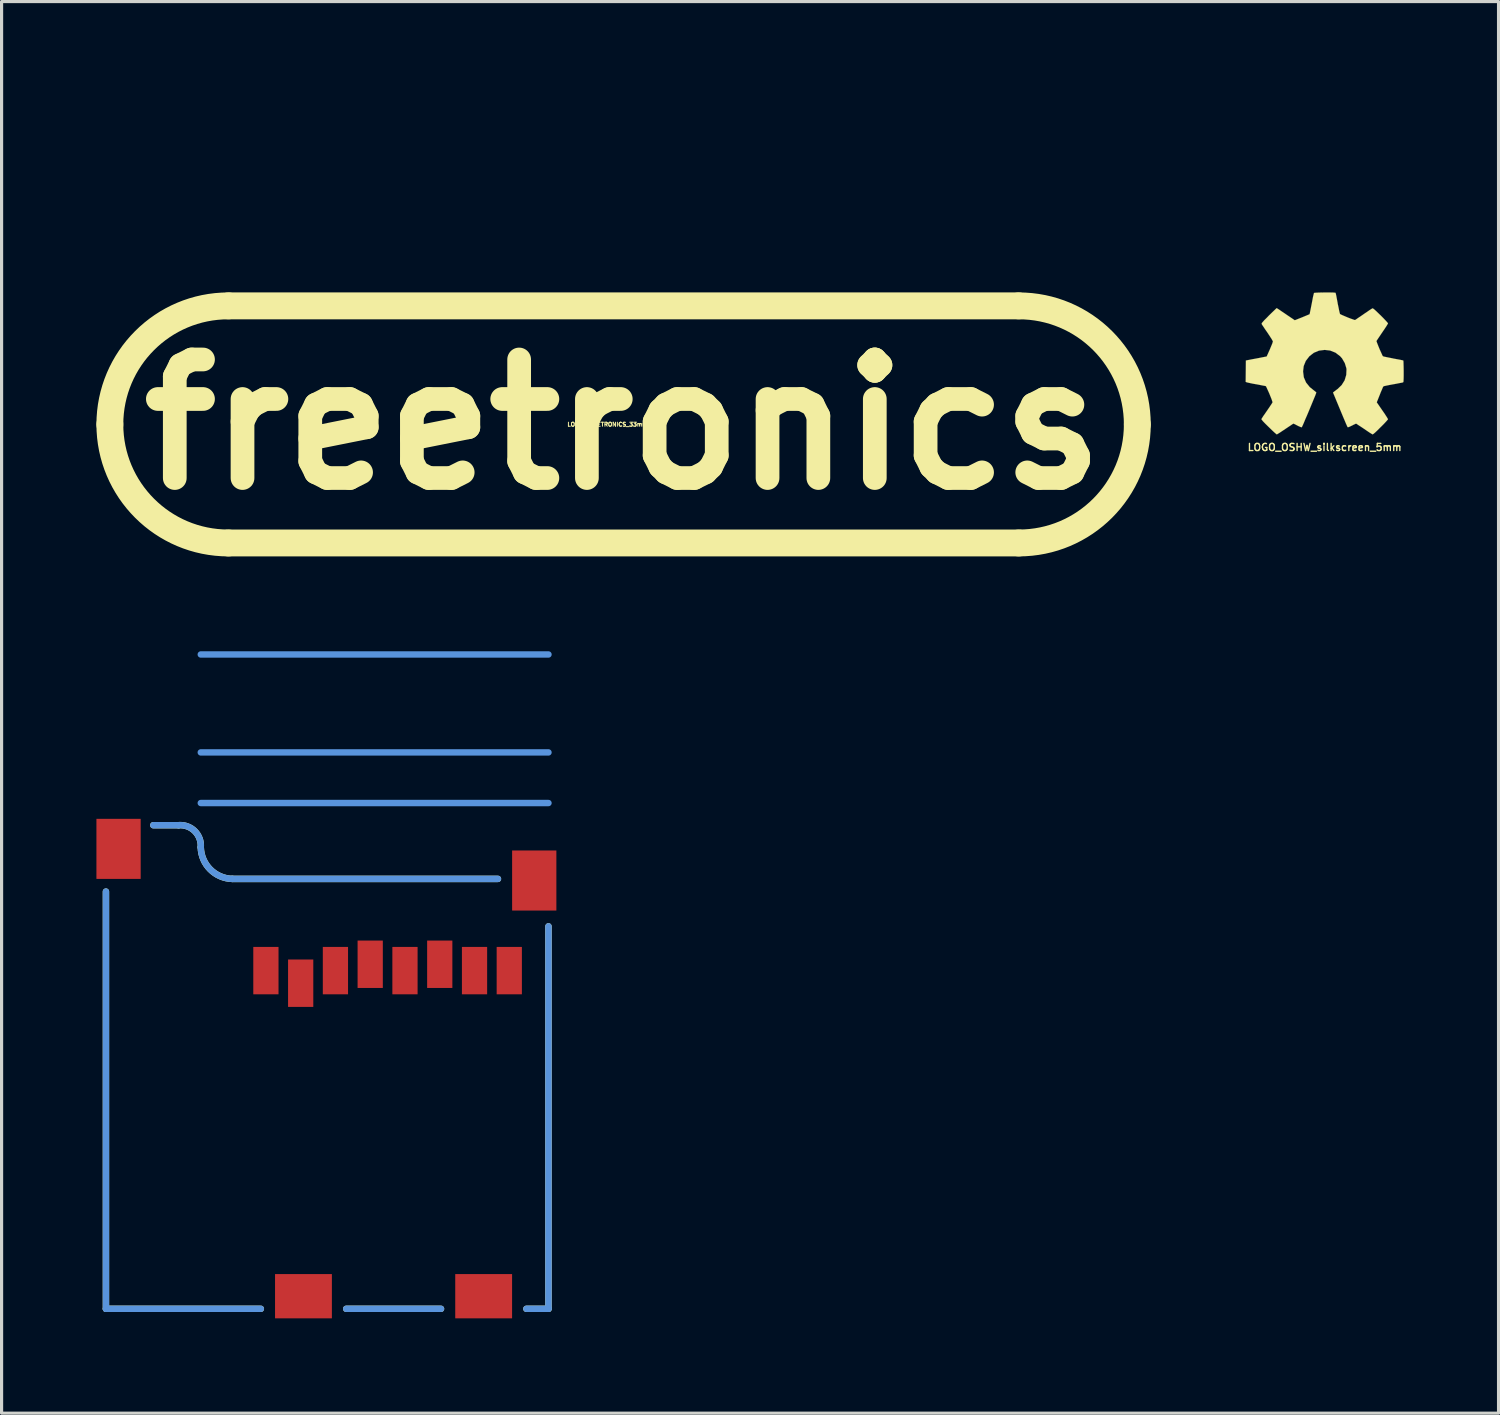
<source format=kicad_pcb>
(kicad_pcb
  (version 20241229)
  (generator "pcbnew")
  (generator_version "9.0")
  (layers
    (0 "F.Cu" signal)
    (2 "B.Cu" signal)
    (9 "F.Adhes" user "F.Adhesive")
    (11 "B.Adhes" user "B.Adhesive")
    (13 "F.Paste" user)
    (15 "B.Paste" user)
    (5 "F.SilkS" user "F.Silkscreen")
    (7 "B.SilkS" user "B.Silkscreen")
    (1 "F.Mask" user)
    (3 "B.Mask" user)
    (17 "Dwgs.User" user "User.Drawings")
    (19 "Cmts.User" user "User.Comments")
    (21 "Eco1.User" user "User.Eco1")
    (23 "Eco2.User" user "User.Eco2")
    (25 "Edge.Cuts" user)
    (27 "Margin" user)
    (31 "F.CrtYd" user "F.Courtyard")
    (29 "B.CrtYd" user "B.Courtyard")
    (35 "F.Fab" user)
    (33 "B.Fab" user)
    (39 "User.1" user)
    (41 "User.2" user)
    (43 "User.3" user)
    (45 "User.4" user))
  (footprint "LOGO_OSHW_silkscreen_5mm"
    (layer "F.Cu")
    (at 38.851 8.447)
    (property "Reference" "LOGO_OSHW_silkscreen_5mm" (at 0 2.652 0) (layer "F.SilkS") (effects (font (size 0.226 0.226) (thickness 0.043))))
    (attr through_hole)
    (fp_poly (pts (xy -1.514 2.245) (xy -1.488 2.23) (xy -1.43 2.195) (xy -1.346 2.139) (xy -1.247 2.073) (xy -1.148 2.007) (xy -1.067 1.953) (xy -1.011 1.915) (xy -0.986 1.902) (xy -0.973 1.908) (xy -0.927 1.93) (xy -0.859 1.966) (xy -0.818 1.986) (xy -0.757 2.012) (xy -0.724 2.019) (xy -0.719 2.009) (xy -0.696 1.961) (xy -0.66 1.88) (xy -0.615 1.77) (xy -0.559 1.643) (xy -0.503 1.509) (xy -0.445 1.369) (xy -0.389 1.234) (xy -0.34 1.115) (xy -0.3 1.019) (xy -0.274 0.95) (xy -0.264 0.922) (xy -0.267 0.914) (xy -0.3 0.884) (xy -0.353 0.843) (xy -0.472 0.747) (xy -0.589 0.602) (xy -0.66 0.437) (xy -0.683 0.251) (xy -0.663 0.081) (xy -0.597 -0.081) (xy -0.483 -0.229) (xy -0.343 -0.338) (xy -0.18 -0.406) (xy 0 -0.429) (xy 0.173 -0.409) (xy 0.34 -0.343) (xy 0.488 -0.231) (xy 0.551 -0.16) (xy 0.638 -0.01) (xy 0.686 0.147) (xy 0.691 0.188) (xy 0.683 0.363) (xy 0.632 0.533) (xy 0.538 0.683) (xy 0.409 0.808) (xy 0.394 0.818) (xy 0.335 0.864) (xy 0.295 0.894) (xy 0.264 0.919) (xy 0.488 1.458) (xy 0.523 1.542) (xy 0.584 1.689) (xy 0.638 1.816) (xy 0.681 1.918) (xy 0.711 1.984) (xy 0.724 2.012) (xy 0.724 2.014) (xy 0.744 2.017) (xy 0.785 2.002) (xy 0.861 1.966) (xy 0.909 1.941) (xy 0.968 1.913) (xy 0.993 1.902) (xy 1.016 1.915) (xy 1.069 1.951) (xy 1.151 2.004) (xy 1.247 2.068) (xy 1.339 2.131) (xy 1.422 2.187) (xy 1.483 2.225) (xy 1.514 2.243) (xy 1.519 2.243) (xy 1.544 2.228) (xy 1.593 2.187) (xy 1.666 2.118) (xy 1.77 2.014) (xy 1.786 1.999) (xy 1.872 1.913) (xy 1.941 1.839) (xy 1.986 1.788) (xy 2.004 1.765) (xy 1.989 1.735) (xy 1.951 1.674) (xy 1.895 1.587) (xy 1.826 1.488) (xy 1.648 1.229) (xy 1.745 0.986) (xy 1.775 0.909) (xy 1.814 0.82) (xy 1.841 0.754) (xy 1.857 0.726) (xy 1.882 0.716) (xy 1.951 0.701) (xy 2.047 0.681) (xy 2.162 0.66) (xy 2.273 0.64) (xy 2.372 0.62) (xy 2.443 0.607) (xy 2.477 0.599) (xy 2.484 0.594) (xy 2.492 0.579) (xy 2.494 0.546) (xy 2.497 0.485) (xy 2.499 0.391) (xy 2.499 0.251) (xy 2.499 0.236) (xy 2.497 0.107) (xy 2.494 0) (xy 2.492 -0.066) (xy 2.487 -0.094) (xy 2.456 -0.102) (xy 2.385 -0.117) (xy 2.286 -0.135) (xy 2.167 -0.157) (xy 2.159 -0.16) (xy 2.042 -0.183) (xy 1.943 -0.203) (xy 1.872 -0.218) (xy 1.844 -0.229) (xy 1.836 -0.236) (xy 1.814 -0.282) (xy 1.781 -0.356) (xy 1.74 -0.445) (xy 1.702 -0.538) (xy 1.669 -0.622) (xy 1.646 -0.683) (xy 1.638 -0.711) (xy 1.641 -0.714) (xy 1.659 -0.742) (xy 1.699 -0.803) (xy 1.755 -0.886) (xy 1.824 -0.988) (xy 1.829 -0.996) (xy 1.897 -1.095) (xy 1.953 -1.181) (xy 1.989 -1.24) (xy 2.004 -1.267) (xy 2.004 -1.27) (xy 1.981 -1.3) (xy 1.93 -1.356) (xy 1.857 -1.433) (xy 1.77 -1.521) (xy 1.742 -1.547) (xy 1.643 -1.643) (xy 1.577 -1.704) (xy 1.534 -1.737) (xy 1.514 -1.745) (xy 1.483 -1.727) (xy 1.42 -1.687) (xy 1.336 -1.628) (xy 1.234 -1.56) (xy 1.227 -1.554) (xy 1.128 -1.486) (xy 1.044 -1.43) (xy 0.986 -1.389) (xy 0.958 -1.374) (xy 0.955 -1.374) (xy 0.914 -1.387) (xy 0.843 -1.412) (xy 0.754 -1.445) (xy 0.663 -1.483) (xy 0.579 -1.519) (xy 0.516 -1.547) (xy 0.485 -1.565) (xy 0.475 -1.6) (xy 0.457 -1.676) (xy 0.437 -1.778) (xy 0.411 -1.9) (xy 0.409 -1.92) (xy 0.386 -2.04) (xy 0.368 -2.139) (xy 0.353 -2.207) (xy 0.345 -2.235) (xy 0.33 -2.238) (xy 0.272 -2.243) (xy 0.183 -2.245) (xy 0.074 -2.245) (xy -0.038 -2.245) (xy -0.147 -2.243) (xy -0.241 -2.24) (xy -0.31 -2.235) (xy -0.338 -2.23) (xy -0.338 -2.228) (xy -0.348 -2.189) (xy -0.366 -2.116) (xy -0.386 -2.012) (xy -0.409 -1.89) (xy -0.414 -1.867) (xy -0.437 -1.75) (xy -0.457 -1.651) (xy -0.47 -1.585) (xy -0.478 -1.557) (xy -0.49 -1.552) (xy -0.538 -1.532) (xy -0.617 -1.499) (xy -0.716 -1.458) (xy -0.945 -1.367) (xy -1.227 -1.557) (xy -1.252 -1.575) (xy -1.354 -1.643) (xy -1.435 -1.699) (xy -1.494 -1.737) (xy -1.516 -1.75) (xy -1.519 -1.75) (xy -1.547 -1.725) (xy -1.603 -1.671) (xy -1.679 -1.598) (xy -1.768 -1.511) (xy -1.831 -1.445) (xy -1.91 -1.367) (xy -1.958 -1.313) (xy -1.986 -1.28) (xy -1.994 -1.26) (xy -1.991 -1.245) (xy -1.974 -1.217) (xy -1.933 -1.156) (xy -1.875 -1.069) (xy -1.806 -0.97) (xy -1.75 -0.886) (xy -1.689 -0.792) (xy -1.651 -0.726) (xy -1.636 -0.693) (xy -1.641 -0.681) (xy -1.659 -0.625) (xy -1.694 -0.541) (xy -1.735 -0.442) (xy -1.834 -0.221) (xy -1.979 -0.193) (xy -2.068 -0.175) (xy -2.189 -0.152) (xy -2.309 -0.13) (xy -2.492 -0.094) (xy -2.499 0.582) (xy -2.471 0.594) (xy -2.443 0.602) (xy -2.375 0.617) (xy -2.278 0.638) (xy -2.162 0.658) (xy -2.065 0.676) (xy -1.966 0.696) (xy -1.895 0.709) (xy -1.864 0.716) (xy -1.854 0.726) (xy -1.831 0.775) (xy -1.796 0.851) (xy -1.755 0.942) (xy -1.717 1.036) (xy -1.681 1.125) (xy -1.659 1.191) (xy -1.648 1.224) (xy -1.661 1.252) (xy -1.699 1.311) (xy -1.753 1.392) (xy -1.821 1.491) (xy -1.887 1.587) (xy -1.946 1.671) (xy -1.984 1.732) (xy -2.002 1.76) (xy -1.991 1.778) (xy -1.953 1.826) (xy -1.88 1.902) (xy -1.768 2.012) (xy -1.75 2.029) (xy -1.664 2.113) (xy -1.59 2.182) (xy -1.537 2.228) (xy -1.514 2.245)) (stroke (width 0.003) (type solid)) (fill yes) (layer "F.SilkS")))
  (footprint "LOGO_FREETRONICS_14mm_SolderMask"
    (layer "F.Cu")
    (at 6.7 1.6)
    (property "Reference" "LOGO_FREETRONICS_14mm_SolderMask" (at -0.508 0 0) (layer "F.Mask") (effects (font (size 0.127 0.127) (thickness 0.032))))
    (attr through_hole)
    (fp_line (start -5.1 -1.4) (end 5.1 -1.4) (stroke (width 0.4) (type solid)) (layer "F.Mask"))
    (fp_line (start 5.1 1.4) (end -5.1 1.4) (stroke (width 0.4) (type solid)) (layer "F.Mask"))
    (fp_arc (start -6.5 0) (mid -6.089949 -0.989949) (end -5.1 -1.4) (stroke (width 0.4) (type solid)) (layer "F.Mask"))
    (fp_arc (start -5.1 1.4) (mid -6.089949 0.989949) (end -6.5 0) (stroke (width 0.4) (type solid)) (layer "F.Mask"))
    (fp_arc (start 5.1 -1.4) (mid 6.089949 -0.989949) (end 6.5 0) (stroke (width 0.4) (type solid)) (layer "F.Mask"))
    (fp_arc (start 6.5 0) (mid 6.089949 0.989949) (end 5.1 1.4) (stroke (width 0.4) (type solid)) (layer "F.Mask"))
    (fp_text user "freetronics" (at 0 0 0) (layer "F.Mask") (effects (font (size 1.4 1.4) (thickness 0.32)))))
  (footprint "LOGO_FREETRONICS_33mm"
    (layer "F.Cu")
    (at 16.675 10.375)
    (property "Reference" "LOGO_FREETRONICS_33mm" (at -0.508 0 0) (layer "F.SilkS") (effects (font (size 0.127 0.127) (thickness 0.032))))
    (attr through_hole)
    (fp_line (start -12.5 -3.75) (end 12.5 -3.75) (stroke (width 0.85) (type solid)) (layer "F.SilkS"))
    (fp_line (start 12.5 3.75) (end -12.5 3.75) (stroke (width 0.85) (type solid)) (layer "F.SilkS"))
    (fp_arc (start -16.25 0) (mid -15.15165 -2.65165) (end -12.5 -3.75) (stroke (width 0.85) (type solid)) (layer "F.SilkS"))
    (fp_arc (start -12.5 3.75) (mid -15.15165 2.65165) (end -16.25 0) (stroke (width 0.85) (type solid)) (layer "F.SilkS"))
    (fp_arc (start 12.5 -3.75) (mid 15.15165 -2.65165) (end 16.25 0) (stroke (width 0.85) (type solid)) (layer "F.SilkS"))
    (fp_arc (start 16.25 0) (mid 15.15165 2.65165) (end 12.5 3.75) (stroke (width 0.85) (type solid)) (layer "F.SilkS"))
    (fp_text user "freetronics" (at 0 0 0) (layer "F.SilkS") (effects (font (size 3.75 3.75) (thickness 0.75)))))
  (footprint "MICRO-SD-SOCKET-PP"
    (layer "F.Cu")
    (at 14.299 38.35)
    (property "Reference" "MICRO-SD-SOCKET-PP" (at -6.9 -6.8 0) (layer "Eco1.User") (effects (font (size 0.6 0.6) (thickness 0.1))))
    (attr through_hole)
    (fp_line (start -13.998 0) (end -13.998 -13.198) (stroke (width 0.203) (type solid)) (layer "F.SilkS"))
    (fp_line (start -13.998 0) (end -9.098 0) (stroke (width 0.203) (type solid)) (layer "F.SilkS"))
    (fp_line (start -11.699 -15.298) (end -12.499 -15.298) (stroke (width 0.203) (type solid)) (layer "F.SilkS"))
    (fp_line (start -10 -13.599) (end -1.598 -13.599) (stroke (width 0.203) (type solid)) (layer "F.SilkS"))
    (fp_line (start -3.399 0) (end -6.398 0) (stroke (width 0.203) (type solid)) (layer "F.SilkS"))
    (fp_line (start 0 -12.098) (end 0 0) (stroke (width 0.203) (type solid)) (layer "F.SilkS"))
    (fp_line (start 0 0) (end -0.699 0) (stroke (width 0.203) (type solid)) (layer "F.SilkS"))
    (fp_arc (start -11.69924 -15.29842) (mid -11.188194 -15.110312) (end -10.997998 -14.60004) (stroke (width 0.2032) (type solid)) (layer "F.SilkS"))
    (fp_arc (start -10.001751 -13.599265) (mid -10.700092 -13.900317) (end -10.9982 -14.59992) (stroke (width 0.2032) (type solid)) (layer "F.SilkS"))
    (fp_line (start -13.998 0) (end -13.998 -13.198) (stroke (width 0.203) (type solid)) (layer "Cmts.User"))
    (fp_line (start -13.998 0) (end -9.098 0) (stroke (width 0.203) (type solid)) (layer "Cmts.User"))
    (fp_line (start -11.699 -15.298) (end -12.499 -15.298) (stroke (width 0.203) (type solid)) (layer "Cmts.User"))
    (fp_line (start -10.998 -15.999) (end 0 -15.999) (stroke (width 0.203) (type solid)) (layer "Cmts.User"))
    (fp_line (start -10 -13.599) (end -1.598 -13.599) (stroke (width 0.203) (type solid)) (layer "Cmts.User"))
    (fp_line (start -3.399 0) (end -6.398 0) (stroke (width 0.203) (type solid)) (layer "Cmts.User"))
    (fp_line (start 0 -20.698) (end -10.998 -20.698) (stroke (width 0.203) (type solid)) (layer "Cmts.User"))
    (fp_line (start 0 -17.6) (end -10.998 -17.6) (stroke (width 0.203) (type solid)) (layer "Cmts.User"))
    (fp_line (start 0 -12.098) (end 0 0) (stroke (width 0.203) (type solid)) (layer "Cmts.User"))
    (fp_line (start 0 0) (end -0.699 0) (stroke (width 0.203) (type solid)) (layer "Cmts.User"))
    (fp_arc (start -11.69924 -15.29842) (mid -11.188194 -15.110312) (end -10.997998 -14.60004) (stroke (width 0.2032) (type solid)) (layer "Cmts.User"))
    (fp_arc (start -10.001751 -13.599265) (mid -10.700092 -13.900317) (end -10.9982 -14.59992) (stroke (width 0.2032) (type solid)) (layer "Cmts.User"))
    (pad "1" smd rect (at -8.938 -10.698) (size 0.798 1.499) (layers "F.Cu" "F.Mask" "F.Paste"))
    (pad "2" smd rect (at -7.838 -10.3) (size 0.798 1.499) (layers "F.Cu" "F.Mask" "F.Paste"))
    (pad "3" smd rect (at -6.739 -10.698) (size 0.798 1.499) (layers "F.Cu" "F.Mask" "F.Paste"))
    (pad "4" smd rect (at -5.639 -10.899) (size 0.798 1.499) (layers "F.Cu" "F.Mask" "F.Paste"))
    (pad "5" smd rect (at -4.539 -10.698) (size 0.798 1.499) (layers "F.Cu" "F.Mask" "F.Paste"))
    (pad "6" smd rect (at -3.439 -10.899) (size 0.798 1.499) (layers "F.Cu" "F.Mask" "F.Paste"))
    (pad "7" smd rect (at -2.339 -10.698) (size 0.798 1.499) (layers "F.Cu" "F.Mask" "F.Paste"))
    (pad "8" smd rect (at -1.24 -10.698) (size 0.798 1.499) (layers "F.Cu" "F.Mask" "F.Paste"))
    (pad "CD1" smd rect (at -2.05 -0.399) (size 1.798 1.4) (layers "F.Cu" "F.Mask" "F.Paste"))
    (pad "CD2" smd rect (at -7.75 -0.399) (size 1.798 1.4) (layers "F.Cu" "F.Mask" "F.Paste"))
    (pad "GND1" smd rect (at -0.45 -13.548) (size 1.4 1.9) (layers "F.Cu" "F.Mask" "F.Paste"))
    (pad "GND2" smd rect (at -13.599 -14.549) (size 1.4 1.9) (layers "F.Cu" "F.Mask" "F.Paste")))
  (gr_rect
    (start -3 -3)
    (end 44.351 41.651)
    (stroke (width 0.1) (type default))
    (fill no)
    (layer "Edge.Cuts")))
</source>
